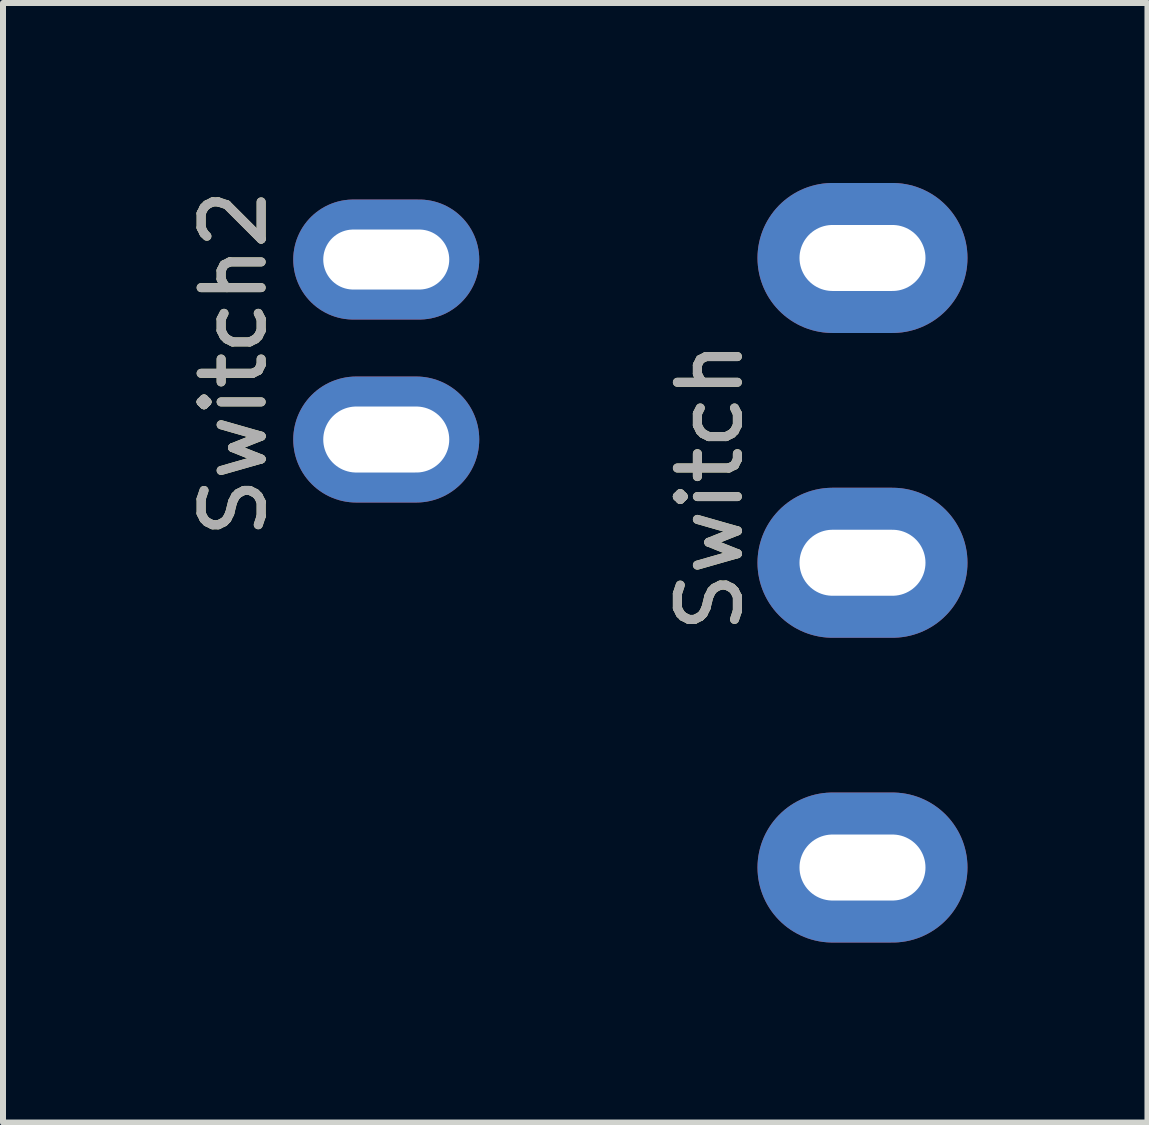
<source format=kicad_pcb>
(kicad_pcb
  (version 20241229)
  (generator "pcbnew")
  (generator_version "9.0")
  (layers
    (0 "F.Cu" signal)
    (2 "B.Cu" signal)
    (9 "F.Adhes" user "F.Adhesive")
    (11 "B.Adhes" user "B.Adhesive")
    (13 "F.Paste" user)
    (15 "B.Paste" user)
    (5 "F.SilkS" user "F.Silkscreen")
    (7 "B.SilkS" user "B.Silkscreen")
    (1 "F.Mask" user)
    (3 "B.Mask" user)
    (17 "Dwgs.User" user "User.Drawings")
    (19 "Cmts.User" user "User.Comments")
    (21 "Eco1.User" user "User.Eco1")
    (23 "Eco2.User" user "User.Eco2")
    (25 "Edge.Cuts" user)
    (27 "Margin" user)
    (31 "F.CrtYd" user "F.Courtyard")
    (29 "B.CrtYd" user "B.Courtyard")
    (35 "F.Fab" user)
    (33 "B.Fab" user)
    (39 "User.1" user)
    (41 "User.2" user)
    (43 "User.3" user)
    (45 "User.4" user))
  (footprint "Switch"
    (layer "F.Cu")
    (at 11.326 6.33)
    (property "Reference" "Switch" (at -2.54 -1.27 90) (layer "F.SilkS") (effects (font (size 1 1) (thickness 0.15))))
    (attr through_hole)
    (fp_text user "${REFERENCE}" (at -2.54 -1.27 90) (layer "F.Fab") (effects (font (size 1 1) (thickness 0.15))))
    (pad "1" thru_hole oval (at 0 -5.08) (size 3.5 2.5) (drill oval 2.1 1.1) (layers "*.Cu" "*.Mask"))
    (pad "2" thru_hole oval (at 0 0) (size 3.5 2.5) (drill oval 2.1 1.1) (layers "*.Cu" "*.Mask"))
    (pad "3" thru_hole oval (at 0 5.08) (size 3.5 2.5) (drill oval 2.1 1.1) (layers "*.Cu" "*.Mask")))
  (footprint "Switch2"
    (layer "F.Cu")
    (at 3.388 4.276)
    (property "Reference" "Switch2" (at -2.54 -1.27 90) (layer "F.SilkS") (effects (font (size 1 1) (thickness 0.15))))
    (attr through_hole)
    (fp_text user "${REFERENCE}" (at -2.54 -1.27 90) (layer "F.Fab") (effects (font (size 1 1) (thickness 0.15))))
    (pad "1" thru_hole oval (at 0 -3) (size 3.1 2) (drill oval 2.1 1) (layers "*.Cu" "*.Mask"))
    (pad "2" thru_hole oval (at 0 0) (size 3.1 2.1) (drill oval 2.1 1.1) (layers "*.Cu" "*.Mask")))
  (gr_rect
    (start -3 -3)
    (end 16.076 15.66)
    (stroke (width 0.1) (type default))
    (fill no)
    (layer "Edge.Cuts")))
</source>
